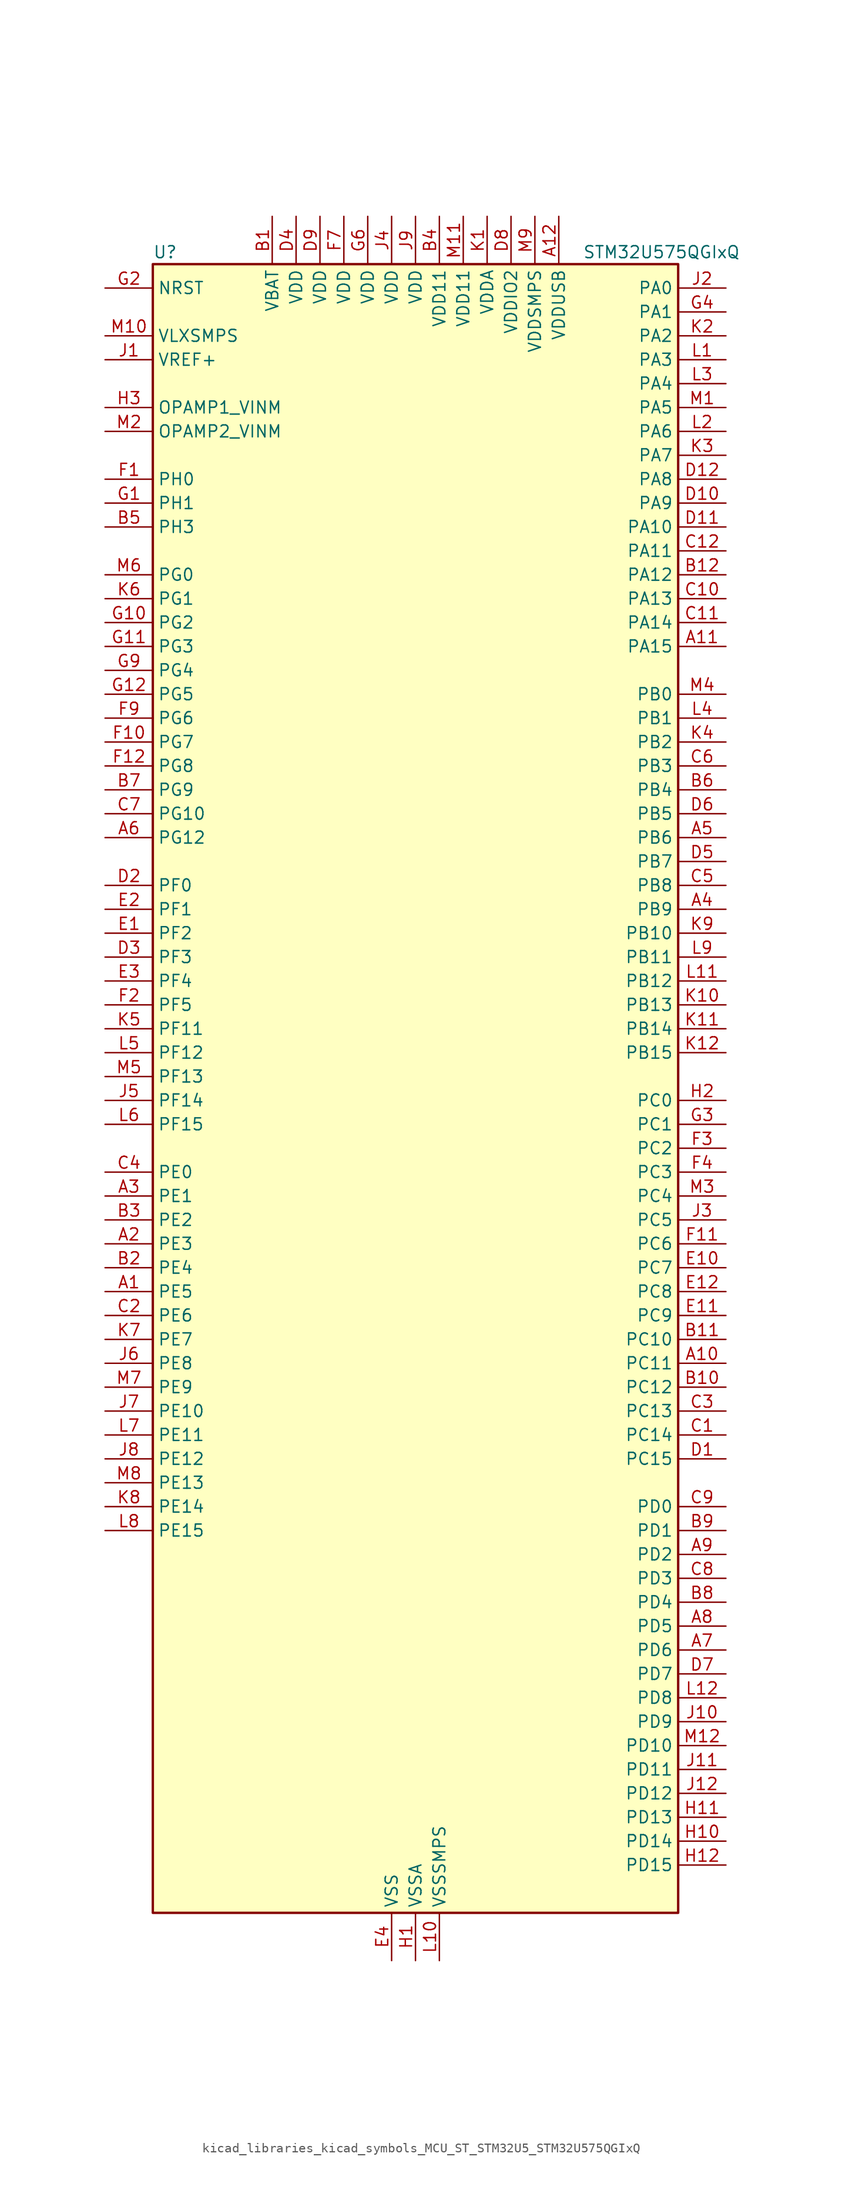
<source format=kicad_sym>
(kicad_symbol_lib
  (version 20220914)
  (generator kicad_symbol_editor)
  (symbol "kicad_libraries_kicad_symbols_MCU_ST_STM32U5_STM32U575QGIxQ"
    (property "Reference" "U"
      (at -27.94 90.17 0)
      (effects (font (size 1.27 1.27)) (justify left)))
    (property "Value" "STM32U575QGIxQ"
      (at 17.78 90.17 0)
      (effects (font (size 1.27 1.27)) (justify left)))
    (property "ki_locked" ""
      (at 0 0 0)
      (effects (font (size 1.27 1.27))))
    (symbol "kicad_libraries_kicad_symbols_MCU_ST_STM32U5_STM32U575QGIxQ_0_1"
      (rectangle (start -27.94 -86.36) (end 27.94 88.9) (stroke (width 0.254) (type default)) (fill (type background))))
    (symbol "kicad_libraries_kicad_symbols_MCU_ST_STM32U5_STM32U575QGIxQ_1_1"
      (pin bidirectional line (at -33.02 -20.32 0) (length 5.08) (name "PE5" (effects (font (size 1.27 1.27)))) (number "A1" (effects (font (size 1.27 1.27)))) (alternate "DCMI_D6" bidirectional line) (alternate "DEBUG_TRACED2" bidirectional line) (alternate "FMC_A21" bidirectional line) (alternate "MDF1_CKI3" bidirectional line) (alternate "PSSI_D6" bidirectional line) (alternate "PWR_WKUP2" bidirectional line) (alternate "SAI1_CK2" bidirectional line) (alternate "SAI1_SCK_A" bidirectional line) (alternate "TAMP_IN8" bidirectional line) (alternate "TAMP_OUT7" bidirectional line) (alternate "TIM3_CH3" bidirectional line) (alternate "TSC_G7_IO4" bidirectional line))
      (pin bidirectional line (at 33.02 -27.94 180) (length 5.08) (name "PC11" (effects (font (size 1.27 1.27)))) (number "A10" (effects (font (size 1.27 1.27)))) (alternate "ADC1_EXTI11" bidirectional line) (alternate "ADF1_SDI0" bidirectional line) (alternate "DCMI_D2" bidirectional line) (alternate "DCMI_D4" bidirectional line) (alternate "LPTIM3_IN1" bidirectional line) (alternate "OCTOSPIM_P1_NCS" bidirectional line) (alternate "PSSI_D2" bidirectional line) (alternate "PSSI_D4" bidirectional line) (alternate "SAI2_MCLK_B" bidirectional line) (alternate "SDMMC1_D3" bidirectional line) (alternate "SPI3_MISO" bidirectional line) (alternate "TSC_G3_IO3" bidirectional line) (alternate "UART4_RX" bidirectional line) (alternate "UCPD1_FRSTX2" bidirectional line) (alternate "USART3_RX" bidirectional line))
      (pin bidirectional line (at 33.02 48.26 180) (length 5.08) (name "PA15" (effects (font (size 1.27 1.27)))) (number "A11" (effects (font (size 1.27 1.27)))) (alternate "ADC1_EXTI15" bidirectional line) (alternate "ADC4_EXTI15" bidirectional line) (alternate "DEBUG_JTDI" bidirectional line) (alternate "SAI2_FS_B" bidirectional line) (alternate "SPI1_NSS" bidirectional line) (alternate "SPI3_NSS" bidirectional line) (alternate "TIM2_CH1" bidirectional line) (alternate "TIM2_ETR" bidirectional line) (alternate "UART4_DE" bidirectional line) (alternate "UART4_RTS" bidirectional line) (alternate "UCPD1_CC1" bidirectional line) (alternate "USART2_RX" bidirectional line) (alternate "USART3_DE" bidirectional line) (alternate "USART3_RTS" bidirectional line))
      (pin power_in line (at 15.24 93.98 270) (length 5.08) (name "VDDUSB" (effects (font (size 1.27 1.27)))) (number "A12" (effects (font (size 1.27 1.27)))))
      (pin bidirectional line (at -33.02 -15.24 0) (length 5.08) (name "PE3" (effects (font (size 1.27 1.27)))) (number "A2" (effects (font (size 1.27 1.27)))) (alternate "DEBUG_TRACED0" bidirectional line) (alternate "FMC_A19" bidirectional line) (alternate "OCTOSPIM_P1_DQS" bidirectional line) (alternate "SAI1_SD_B" bidirectional line) (alternate "TAMP_IN6" bidirectional line) (alternate "TAMP_OUT3" bidirectional line) (alternate "TIM3_CH1" bidirectional line) (alternate "TSC_G7_IO2" bidirectional line))
      (pin bidirectional line (at -33.02 -10.16 0) (length 5.08) (name "PE1" (effects (font (size 1.27 1.27)))) (number "A3" (effects (font (size 1.27 1.27)))) (alternate "DCMI_D3" bidirectional line) (alternate "FMC_NBL1" bidirectional line) (alternate "PSSI_D3" bidirectional line) (alternate "TIM17_CH1" bidirectional line))
      (pin bidirectional line (at 33.02 20.32 180) (length 5.08) (name "PB9" (effects (font (size 1.27 1.27)))) (number "A4" (effects (font (size 1.27 1.27)))) (alternate "DAC1_EXTI9" bidirectional line) (alternate "DCMI_D7" bidirectional line) (alternate "FDCAN1_TX" bidirectional line) (alternate "I2C1_SDA" bidirectional line) (alternate "IR_OUT" bidirectional line) (alternate "PSSI_D7" bidirectional line) (alternate "SAI1_D2" bidirectional line) (alternate "SAI1_FS_A" bidirectional line) (alternate "SDMMC1_CDIR" bidirectional line) (alternate "SDMMC1_D5" bidirectional line) (alternate "SDMMC2_D5" bidirectional line) (alternate "SPI2_NSS" bidirectional line) (alternate "TIM17_CH1" bidirectional line) (alternate "TIM4_CH4" bidirectional line))
      (pin bidirectional line (at 33.02 27.94 180) (length 5.08) (name "PB6" (effects (font (size 1.27 1.27)))) (number "A5" (effects (font (size 1.27 1.27)))) (alternate "COMP2_INP" bidirectional line) (alternate "DCMI_D5" bidirectional line) (alternate "I2C1_SCL" bidirectional line) (alternate "I2C4_SCL" bidirectional line) (alternate "LPTIM1_ETR" bidirectional line) (alternate "MDF1_SDI5" bidirectional line) (alternate "PSSI_D5" bidirectional line) (alternate "PWR_WKUP3" bidirectional line) (alternate "SAI1_FS_B" bidirectional line) (alternate "TIM16_CH1N" bidirectional line) (alternate "TIM4_CH1" bidirectional line) (alternate "TIM8_BKIN2" bidirectional line) (alternate "TSC_G2_IO3" bidirectional line) (alternate "USART1_TX" bidirectional line))
      (pin bidirectional line (at -33.02 27.94 0) (length 5.08) (name "PG12" (effects (font (size 1.27 1.27)))) (number "A6" (effects (font (size 1.27 1.27)))) (alternate "FMC_NE4" bidirectional line) (alternate "LPTIM1_ETR" bidirectional line) (alternate "OCTOSPIM_P2_NCS" bidirectional line) (alternate "SAI2_SD_A" bidirectional line) (alternate "SPI3_NSS" bidirectional line) (alternate "USART1_DE" bidirectional line) (alternate "USART1_RTS" bidirectional line))
      (pin bidirectional line (at 33.02 -58.42 180) (length 5.08) (name "PD6" (effects (font (size 1.27 1.27)))) (number "A7" (effects (font (size 1.27 1.27)))) (alternate "DCMI_D10" bidirectional line) (alternate "FMC_NWAIT" bidirectional line) (alternate "MDF1_SDI1" bidirectional line) (alternate "OCTOSPIM_P1_IO6" bidirectional line) (alternate "PSSI_D10" bidirectional line) (alternate "SAI1_D1" bidirectional line) (alternate "SAI1_SD_A" bidirectional line) (alternate "SDMMC2_CK" bidirectional line) (alternate "SPI3_MOSI" bidirectional line) (alternate "USART2_RX" bidirectional line))
      (pin bidirectional line (at 33.02 -55.88 180) (length 5.08) (name "PD5" (effects (font (size 1.27 1.27)))) (number "A8" (effects (font (size 1.27 1.27)))) (alternate "FMC_NWE" bidirectional line) (alternate "OCTOSPIM_P1_IO5" bidirectional line) (alternate "SPI2_RDY" bidirectional line) (alternate "USART2_TX" bidirectional line))
      (pin bidirectional line (at 33.02 -48.26 180) (length 5.08) (name "PD2" (effects (font (size 1.27 1.27)))) (number "A9" (effects (font (size 1.27 1.27)))) (alternate "DCMI_D11" bidirectional line) (alternate "DEBUG_TRACED2" bidirectional line) (alternate "LPTIM4_ETR" bidirectional line) (alternate "PSSI_D11" bidirectional line) (alternate "SDMMC1_CMD" bidirectional line) (alternate "TIM3_ETR" bidirectional line) (alternate "TSC_SYNC" bidirectional line) (alternate "UART5_RX" bidirectional line) (alternate "USART3_DE" bidirectional line) (alternate "USART3_RTS" bidirectional line))
      (pin power_in line (at -15.24 93.98 270) (length 5.08) (name "VBAT" (effects (font (size 1.27 1.27)))) (number "B1" (effects (font (size 1.27 1.27)))))
      (pin bidirectional line (at 33.02 -30.48 180) (length 5.08) (name "PC12" (effects (font (size 1.27 1.27)))) (number "B10" (effects (font (size 1.27 1.27)))) (alternate "DCMI_D9" bidirectional line) (alternate "DEBUG_TRACED3" bidirectional line) (alternate "PSSI_D9" bidirectional line) (alternate "SAI2_SD_B" bidirectional line) (alternate "SDMMC1_CK" bidirectional line) (alternate "SPI3_MOSI" bidirectional line) (alternate "TSC_G3_IO4" bidirectional line) (alternate "UART5_TX" bidirectional line) (alternate "USART3_CK" bidirectional line))
      (pin bidirectional line (at 33.02 -25.4 180) (length 5.08) (name "PC10" (effects (font (size 1.27 1.27)))) (number "B11" (effects (font (size 1.27 1.27)))) (alternate "ADF1_CCK1" bidirectional line) (alternate "DCMI_D8" bidirectional line) (alternate "DEBUG_TRACED1" bidirectional line) (alternate "LPTIM3_ETR" bidirectional line) (alternate "PSSI_D8" bidirectional line) (alternate "SAI2_SCK_B" bidirectional line) (alternate "SDMMC1_D2" bidirectional line) (alternate "SPI3_SCK" bidirectional line) (alternate "TSC_G3_IO2" bidirectional line) (alternate "UART4_TX" bidirectional line) (alternate "USART3_TX" bidirectional line))
      (pin bidirectional line (at 33.02 55.88 180) (length 5.08) (name "PA12" (effects (font (size 1.27 1.27)))) (number "B12" (effects (font (size 1.27 1.27)))) (alternate "FDCAN1_TX" bidirectional line) (alternate "OCTOSPIM_P2_NCS" bidirectional line) (alternate "SPI1_MOSI" bidirectional line) (alternate "TIM1_ETR" bidirectional line) (alternate "USART1_DE" bidirectional line) (alternate "USART1_RTS" bidirectional line) (alternate "USB_OTG_FS_DP" bidirectional line))
      (pin bidirectional line (at -33.02 -17.78 0) (length 5.08) (name "PE4" (effects (font (size 1.27 1.27)))) (number "B2" (effects (font (size 1.27 1.27)))) (alternate "DCMI_D4" bidirectional line) (alternate "DEBUG_TRACED1" bidirectional line) (alternate "FMC_A20" bidirectional line) (alternate "MDF1_SDI3" bidirectional line) (alternate "PSSI_D4" bidirectional line) (alternate "PWR_WKUP1" bidirectional line) (alternate "SAI1_D2" bidirectional line) (alternate "SAI1_FS_A" bidirectional line) (alternate "TAMP_IN7" bidirectional line) (alternate "TAMP_OUT8" bidirectional line) (alternate "TIM3_CH2" bidirectional line) (alternate "TSC_G7_IO3" bidirectional line))
      (pin bidirectional line (at -33.02 -12.7 0) (length 5.08) (name "PE2" (effects (font (size 1.27 1.27)))) (number "B3" (effects (font (size 1.27 1.27)))) (alternate "DEBUG_TRACECLK" bidirectional line) (alternate "FMC_A23" bidirectional line) (alternate "SAI1_CK1" bidirectional line) (alternate "SAI1_MCLK_A" bidirectional line) (alternate "TIM3_ETR" bidirectional line) (alternate "TSC_G7_IO1" bidirectional line))
      (pin power_in line (at 2.54 93.98 270) (length 5.08) (name "VDD11" (effects (font (size 1.27 1.27)))) (number "B4" (effects (font (size 1.27 1.27)))))
      (pin bidirectional line (at -33.02 60.96 0) (length 5.08) (name "PH3" (effects (font (size 1.27 1.27)))) (number "B5" (effects (font (size 1.27 1.27)))))
      (pin bidirectional line (at 33.02 33.02 180) (length 5.08) (name "PB4" (effects (font (size 1.27 1.27)))) (number "B6" (effects (font (size 1.27 1.27)))) (alternate "ADF1_SDI0" bidirectional line) (alternate "COMP2_INP" bidirectional line) (alternate "DCMI_D12" bidirectional line) (alternate "DEBUG_JTRST" bidirectional line) (alternate "I2C3_SDA" bidirectional line) (alternate "LPTIM1_CH2" bidirectional line) (alternate "PSSI_D12" bidirectional line) (alternate "SAI1_MCLK_B" bidirectional line) (alternate "SDMMC2_D3" bidirectional line) (alternate "SPI1_MISO" bidirectional line) (alternate "SPI3_MISO" bidirectional line) (alternate "TIM17_BKIN" bidirectional line) (alternate "TIM3_CH1" bidirectional line) (alternate "TSC_G2_IO1" bidirectional line) (alternate "UART5_DE" bidirectional line) (alternate "UART5_RTS" bidirectional line) (alternate "USART1_CTS" bidirectional line))
      (pin bidirectional line (at -33.02 33.02 0) (length 5.08) (name "PG9" (effects (font (size 1.27 1.27)))) (number "B7" (effects (font (size 1.27 1.27)))) (alternate "DAC1_EXTI9" bidirectional line) (alternate "FMC_NCE" bidirectional line) (alternate "FMC_NE2" bidirectional line) (alternate "OCTOSPIM_P2_IO6" bidirectional line) (alternate "SAI2_SCK_A" bidirectional line) (alternate "SPI3_SCK" bidirectional line) (alternate "TIM15_CH1N" bidirectional line) (alternate "USART1_TX" bidirectional line))
      (pin bidirectional line (at 33.02 -53.34 180) (length 5.08) (name "PD4" (effects (font (size 1.27 1.27)))) (number "B8" (effects (font (size 1.27 1.27)))) (alternate "FMC_NOE" bidirectional line) (alternate "MDF1_CKI0" bidirectional line) (alternate "OCTOSPIM_P1_IO4" bidirectional line) (alternate "SPI2_MOSI" bidirectional line) (alternate "USART2_DE" bidirectional line) (alternate "USART2_RTS" bidirectional line))
      (pin bidirectional line (at 33.02 -45.72 180) (length 5.08) (name "PD1" (effects (font (size 1.27 1.27)))) (number "B9" (effects (font (size 1.27 1.27)))) (alternate "FDCAN1_TX" bidirectional line) (alternate "FMC_D3" bidirectional line) (alternate "FMC_DA3" bidirectional line) (alternate "SPI2_SCK" bidirectional line))
      (pin bidirectional line (at 33.02 -35.56 180) (length 5.08) (name "PC14" (effects (font (size 1.27 1.27)))) (number "C1" (effects (font (size 1.27 1.27)))) (alternate "RCC_OSC32_IN" bidirectional line))
      (pin bidirectional line (at 33.02 53.34 180) (length 5.08) (name "PA13" (effects (font (size 1.27 1.27)))) (number "C10" (effects (font (size 1.27 1.27)))) (alternate "DEBUG_JTMS-SWDIO" bidirectional line) (alternate "IR_OUT" bidirectional line) (alternate "SAI1_SD_B" bidirectional line) (alternate "USB_OTG_FS_NOE" bidirectional line))
      (pin bidirectional line (at 33.02 50.8 180) (length 5.08) (name "PA14" (effects (font (size 1.27 1.27)))) (number "C11" (effects (font (size 1.27 1.27)))) (alternate "DEBUG_JTCK-SWCLK" bidirectional line) (alternate "I2C1_SMBA" bidirectional line) (alternate "I2C4_SMBA" bidirectional line) (alternate "LPTIM1_CH1" bidirectional line) (alternate "SAI1_FS_B" bidirectional line) (alternate "USB_OTG_FS_SOF" bidirectional line))
      (pin bidirectional line (at 33.02 58.42 180) (length 5.08) (name "PA11" (effects (font (size 1.27 1.27)))) (number "C12" (effects (font (size 1.27 1.27)))) (alternate "ADC1_EXTI11" bidirectional line) (alternate "FDCAN1_RX" bidirectional line) (alternate "SPI1_MISO" bidirectional line) (alternate "TIM1_BKIN2" bidirectional line) (alternate "TIM1_CH4" bidirectional line) (alternate "USART1_CTS" bidirectional line) (alternate "USB_OTG_FS_DM" bidirectional line))
      (pin bidirectional line (at -33.02 -22.86 0) (length 5.08) (name "PE6" (effects (font (size 1.27 1.27)))) (number "C2" (effects (font (size 1.27 1.27)))) (alternate "DCMI_D7" bidirectional line) (alternate "DEBUG_TRACED3" bidirectional line) (alternate "FMC_A22" bidirectional line) (alternate "PSSI_D7" bidirectional line) (alternate "PWR_WKUP3" bidirectional line) (alternate "SAI1_D1" bidirectional line) (alternate "SAI1_SD_A" bidirectional line) (alternate "TAMP_IN3" bidirectional line) (alternate "TAMP_OUT6" bidirectional line) (alternate "TIM3_CH4" bidirectional line))
      (pin bidirectional line (at 33.02 -33.02 180) (length 5.08) (name "PC13" (effects (font (size 1.27 1.27)))) (number "C3" (effects (font (size 1.27 1.27)))) (alternate "PWR_WKUP2" bidirectional line) (alternate "RTC_OUT1" bidirectional line) (alternate "RTC_TS" bidirectional line) (alternate "TAMP_IN1" bidirectional line) (alternate "TAMP_OUT2" bidirectional line))
      (pin bidirectional line (at -33.02 -7.62 0) (length 5.08) (name "PE0" (effects (font (size 1.27 1.27)))) (number "C4" (effects (font (size 1.27 1.27)))) (alternate "DCMI_D2" bidirectional line) (alternate "FMC_NBL0" bidirectional line) (alternate "PSSI_D2" bidirectional line) (alternate "TIM16_CH1" bidirectional line) (alternate "TIM4_ETR" bidirectional line))
      (pin bidirectional line (at 33.02 22.86 180) (length 5.08) (name "PB8" (effects (font (size 1.27 1.27)))) (number "C5" (effects (font (size 1.27 1.27)))) (alternate "DCMI_D6" bidirectional line) (alternate "FDCAN1_RX" bidirectional line) (alternate "I2C1_SCL" bidirectional line) (alternate "MDF1_CCK0" bidirectional line) (alternate "PSSI_D6" bidirectional line) (alternate "PWR_WKUP5" bidirectional line) (alternate "SAI1_CK1" bidirectional line) (alternate "SAI1_MCLK_A" bidirectional line) (alternate "SDMMC1_CKIN" bidirectional line) (alternate "SDMMC1_D4" bidirectional line) (alternate "SDMMC2_D4" bidirectional line) (alternate "SPI3_RDY" bidirectional line) (alternate "TIM16_CH1" bidirectional line) (alternate "TIM4_CH3" bidirectional line))
      (pin bidirectional line (at 33.02 35.56 180) (length 5.08) (name "PB3" (effects (font (size 1.27 1.27)))) (number "C6" (effects (font (size 1.27 1.27)))) (alternate "ADF1_CCK0" bidirectional line) (alternate "COMP2_INM" bidirectional line) (alternate "CRS_SYNC" bidirectional line) (alternate "DEBUG_JTDO-SWO" bidirectional line) (alternate "I2C1_SDA" bidirectional line) (alternate "LPTIM1_CH1" bidirectional line) (alternate "SAI1_SCK_B" bidirectional line) (alternate "SDMMC2_D2" bidirectional line) (alternate "SPI1_SCK" bidirectional line) (alternate "SPI3_SCK" bidirectional line) (alternate "TIM2_CH2" bidirectional line) (alternate "USART1_DE" bidirectional line) (alternate "USART1_RTS" bidirectional line))
      (pin bidirectional line (at -33.02 30.48 0) (length 5.08) (name "PG10" (effects (font (size 1.27 1.27)))) (number "C7" (effects (font (size 1.27 1.27)))) (alternate "FMC_NE3" bidirectional line) (alternate "LPTIM1_IN1" bidirectional line) (alternate "OCTOSPIM_P2_IO7" bidirectional line) (alternate "SAI2_FS_A" bidirectional line) (alternate "SPI3_MISO" bidirectional line) (alternate "TIM15_CH1" bidirectional line) (alternate "USART1_RX" bidirectional line))
      (pin bidirectional line (at 33.02 -50.8 180) (length 5.08) (name "PD3" (effects (font (size 1.27 1.27)))) (number "C8" (effects (font (size 1.27 1.27)))) (alternate "DCMI_D5" bidirectional line) (alternate "FMC_CLK" bidirectional line) (alternate "MDF1_SDI0" bidirectional line) (alternate "OCTOSPIM_P2_NCS" bidirectional line) (alternate "PSSI_D5" bidirectional line) (alternate "SPI2_MISO" bidirectional line) (alternate "SPI2_SCK" bidirectional line) (alternate "USART2_CTS" bidirectional line))
      (pin bidirectional line (at 33.02 -43.18 180) (length 5.08) (name "PD0" (effects (font (size 1.27 1.27)))) (number "C9" (effects (font (size 1.27 1.27)))) (alternate "FDCAN1_RX" bidirectional line) (alternate "FMC_D2" bidirectional line) (alternate "FMC_DA2" bidirectional line) (alternate "SPI2_NSS" bidirectional line) (alternate "TIM8_CH4N" bidirectional line))
      (pin bidirectional line (at 33.02 -38.1 180) (length 5.08) (name "PC15" (effects (font (size 1.27 1.27)))) (number "D1" (effects (font (size 1.27 1.27)))) (alternate "ADC1_EXTI15" bidirectional line) (alternate "ADC4_EXTI15" bidirectional line) (alternate "RCC_OSC32_OUT" bidirectional line))
      (pin bidirectional line (at 33.02 63.5 180) (length 5.08) (name "PA9" (effects (font (size 1.27 1.27)))) (number "D10" (effects (font (size 1.27 1.27)))) (alternate "DAC1_EXTI9" bidirectional line) (alternate "DCMI_D0" bidirectional line) (alternate "PSSI_D0" bidirectional line) (alternate "SAI1_FS_A" bidirectional line) (alternate "SPI2_SCK" bidirectional line) (alternate "TIM15_BKIN" bidirectional line) (alternate "TIM1_CH2" bidirectional line) (alternate "USART1_TX" bidirectional line) (alternate "USB_OTG_FS_VBUS" bidirectional line))
      (pin bidirectional line (at 33.02 60.96 180) (length 5.08) (name "PA10" (effects (font (size 1.27 1.27)))) (number "D11" (effects (font (size 1.27 1.27)))) (alternate "CRS_SYNC" bidirectional line) (alternate "DCMI_D1" bidirectional line) (alternate "LPTIM2_IN2" bidirectional line) (alternate "PSSI_D1" bidirectional line) (alternate "SAI1_D1" bidirectional line) (alternate "SAI1_SD_A" bidirectional line) (alternate "TIM17_BKIN" bidirectional line) (alternate "TIM1_CH3" bidirectional line) (alternate "USART1_RX" bidirectional line) (alternate "USB_OTG_FS_ID" bidirectional line))
      (pin bidirectional line (at 33.02 66.04 180) (length 5.08) (name "PA8" (effects (font (size 1.27 1.27)))) (number "D12" (effects (font (size 1.27 1.27)))) (alternate "DEBUG_TRACECLK" bidirectional line) (alternate "LPTIM2_CH1" bidirectional line) (alternate "RCC_MCO" bidirectional line) (alternate "SAI1_CK2" bidirectional line) (alternate "SAI1_SCK_A" bidirectional line) (alternate "SPI1_RDY" bidirectional line) (alternate "TIM1_CH1" bidirectional line) (alternate "USART1_CK" bidirectional line) (alternate "USB_OTG_FS_SOF" bidirectional line))
      (pin bidirectional line (at -33.02 22.86 0) (length 5.08) (name "PF0" (effects (font (size 1.27 1.27)))) (number "D2" (effects (font (size 1.27 1.27)))) (alternate "FMC_A0" bidirectional line) (alternate "I2C2_SDA" bidirectional line) (alternate "OCTOSPIM_P2_IO0" bidirectional line))
      (pin bidirectional line (at -33.02 15.24 0) (length 5.08) (name "PF3" (effects (font (size 1.27 1.27)))) (number "D3" (effects (font (size 1.27 1.27)))) (alternate "FMC_A3" bidirectional line) (alternate "LPTIM3_IN1" bidirectional line) (alternate "OCTOSPIM_P2_IO3" bidirectional line))
      (pin power_in line (at -12.7 93.98 270) (length 5.08) (name "VDD" (effects (font (size 1.27 1.27)))) (number "D4" (effects (font (size 1.27 1.27)))))
      (pin bidirectional line (at 33.02 25.4 180) (length 5.08) (name "PB7" (effects (font (size 1.27 1.27)))) (number "D5" (effects (font (size 1.27 1.27)))) (alternate "COMP2_INM" bidirectional line) (alternate "DCMI_VSYNC" bidirectional line) (alternate "FMC_NL" bidirectional line) (alternate "I2C1_SDA" bidirectional line) (alternate "I2C4_SDA" bidirectional line) (alternate "LPTIM1_IN2" bidirectional line) (alternate "MDF1_CKI5" bidirectional line) (alternate "PSSI_RDY" bidirectional line) (alternate "PWR_PVD_IN" bidirectional line) (alternate "PWR_WKUP4" bidirectional line) (alternate "TIM17_CH1N" bidirectional line) (alternate "TIM4_CH2" bidirectional line) (alternate "TIM8_BKIN" bidirectional line) (alternate "TSC_G2_IO4" bidirectional line) (alternate "UART4_CTS" bidirectional line) (alternate "USART1_RX" bidirectional line))
      (pin bidirectional line (at 33.02 30.48 180) (length 5.08) (name "PB5" (effects (font (size 1.27 1.27)))) (number "D6" (effects (font (size 1.27 1.27)))) (alternate "COMP2_OUT" bidirectional line) (alternate "DCMI_D10" bidirectional line) (alternate "I2C1_SMBA" bidirectional line) (alternate "LPTIM1_IN1" bidirectional line) (alternate "OCTOSPIM_P1_NCLK" bidirectional line) (alternate "PSSI_D10" bidirectional line) (alternate "PWR_WKUP6" bidirectional line) (alternate "SAI1_SD_B" bidirectional line) (alternate "SPI1_MOSI" bidirectional line) (alternate "SPI3_MOSI" bidirectional line) (alternate "TIM16_BKIN" bidirectional line) (alternate "TIM3_CH2" bidirectional line) (alternate "TSC_G2_IO2" bidirectional line) (alternate "UART5_CTS" bidirectional line) (alternate "UCPD1_DBCC1" bidirectional line) (alternate "USART1_CK" bidirectional line))
      (pin bidirectional line (at 33.02 -60.96 180) (length 5.08) (name "PD7" (effects (font (size 1.27 1.27)))) (number "D7" (effects (font (size 1.27 1.27)))) (alternate "FMC_NCE" bidirectional line) (alternate "FMC_NE1" bidirectional line) (alternate "LPTIM4_OUT" bidirectional line) (alternate "MDF1_CKI1" bidirectional line) (alternate "OCTOSPIM_P1_IO7" bidirectional line) (alternate "SDMMC2_CMD" bidirectional line) (alternate "USART2_CK" bidirectional line))
      (pin power_in line (at 10.16 93.98 270) (length 5.08) (name "VDDIO2" (effects (font (size 1.27 1.27)))) (number "D8" (effects (font (size 1.27 1.27)))))
      (pin power_in line (at -10.16 93.98 270) (length 5.08) (name "VDD" (effects (font (size 1.27 1.27)))) (number "D9" (effects (font (size 1.27 1.27)))))
      (pin bidirectional line (at -33.02 17.78 0) (length 5.08) (name "PF2" (effects (font (size 1.27 1.27)))) (number "E1" (effects (font (size 1.27 1.27)))) (alternate "FMC_A2" bidirectional line) (alternate "I2C2_SMBA" bidirectional line) (alternate "LPTIM3_CH2" bidirectional line) (alternate "OCTOSPIM_P2_IO2" bidirectional line) (alternate "PWR_WKUP8" bidirectional line))
      (pin bidirectional line (at 33.02 -17.78 180) (length 5.08) (name "PC7" (effects (font (size 1.27 1.27)))) (number "E10" (effects (font (size 1.27 1.27)))) (alternate "DCMI_D1" bidirectional line) (alternate "LPTIM2_CH2" bidirectional line) (alternate "MDF1_SDI3" bidirectional line) (alternate "PSSI_D1" bidirectional line) (alternate "PWR_CDSTOP" bidirectional line) (alternate "SAI2_MCLK_B" bidirectional line) (alternate "SDMMC1_D123DIR" bidirectional line) (alternate "SDMMC1_D7" bidirectional line) (alternate "SDMMC2_D7" bidirectional line) (alternate "TIM3_CH2" bidirectional line) (alternate "TIM8_CH2" bidirectional line) (alternate "TSC_G4_IO2" bidirectional line))
      (pin bidirectional line (at 33.02 -22.86 180) (length 5.08) (name "PC9" (effects (font (size 1.27 1.27)))) (number "E11" (effects (font (size 1.27 1.27)))) (alternate "DAC1_EXTI9" bidirectional line) (alternate "DCMI_D3" bidirectional line) (alternate "DEBUG_TRACED0" bidirectional line) (alternate "LPTIM3_CH2" bidirectional line) (alternate "PSSI_D3" bidirectional line) (alternate "SDMMC1_D1" bidirectional line) (alternate "TIM3_CH4" bidirectional line) (alternate "TIM8_BKIN2" bidirectional line) (alternate "TIM8_CH4" bidirectional line) (alternate "TSC_G4_IO4" bidirectional line) (alternate "USB_OTG_FS_NOE" bidirectional line))
      (pin bidirectional line (at 33.02 -20.32 180) (length 5.08) (name "PC8" (effects (font (size 1.27 1.27)))) (number "E12" (effects (font (size 1.27 1.27)))) (alternate "DCMI_D2" bidirectional line) (alternate "LPTIM3_CH1" bidirectional line) (alternate "PSSI_D2" bidirectional line) (alternate "PWR_SRDSTOP" bidirectional line) (alternate "SDMMC1_D0" bidirectional line) (alternate "TIM3_CH3" bidirectional line) (alternate "TIM8_CH3" bidirectional line) (alternate "TSC_G4_IO3" bidirectional line))
      (pin bidirectional line (at -33.02 20.32 0) (length 5.08) (name "PF1" (effects (font (size 1.27 1.27)))) (number "E2" (effects (font (size 1.27 1.27)))) (alternate "FMC_A1" bidirectional line) (alternate "I2C2_SCL" bidirectional line) (alternate "OCTOSPIM_P2_IO1" bidirectional line))
      (pin bidirectional line (at -33.02 12.7 0) (length 5.08) (name "PF4" (effects (font (size 1.27 1.27)))) (number "E3" (effects (font (size 1.27 1.27)))) (alternate "FMC_A4" bidirectional line) (alternate "LPTIM3_ETR" bidirectional line) (alternate "OCTOSPIM_P2_CLK" bidirectional line))
      (pin power_in line (at -2.54 -91.44 90) (length 5.08) (name "VSS" (effects (font (size 1.27 1.27)))) (number "E4" (effects (font (size 1.27 1.27)))))
      (pin passive line (at -2.54 -91.44 90) (length 5.08) hide (name "VSS" (effects (font (size 1.27 1.27)))) (number "E9" (effects (font (size 1.27 1.27)))))
      (pin bidirectional line (at -33.02 66.04 0) (length 5.08) (name "PH0" (effects (font (size 1.27 1.27)))) (number "F1" (effects (font (size 1.27 1.27)))) (alternate "RCC_OSC_IN" bidirectional line))
      (pin bidirectional line (at -33.02 38.1 0) (length 5.08) (name "PG7" (effects (font (size 1.27 1.27)))) (number "F10" (effects (font (size 1.27 1.27)))) (alternate "FMC_INT" bidirectional line) (alternate "I2C3_SCL" bidirectional line) (alternate "LPUART1_TX" bidirectional line) (alternate "MDF1_CCK0" bidirectional line) (alternate "OCTOSPIM_P2_DQS" bidirectional line) (alternate "SAI1_CK1" bidirectional line) (alternate "SAI1_MCLK_A" bidirectional line) (alternate "UCPD1_FRSTX2" bidirectional line))
      (pin bidirectional line (at 33.02 -15.24 180) (length 5.08) (name "PC6" (effects (font (size 1.27 1.27)))) (number "F11" (effects (font (size 1.27 1.27)))) (alternate "DCMI_D0" bidirectional line) (alternate "MDF1_CKI3" bidirectional line) (alternate "PSSI_D0" bidirectional line) (alternate "PWR_CSLEEP" bidirectional line) (alternate "SAI2_MCLK_A" bidirectional line) (alternate "SDMMC1_D0DIR" bidirectional line) (alternate "SDMMC1_D6" bidirectional line) (alternate "SDMMC2_D6" bidirectional line) (alternate "TIM3_CH1" bidirectional line) (alternate "TIM8_CH1" bidirectional line) (alternate "TSC_G4_IO1" bidirectional line))
      (pin bidirectional line (at -33.02 35.56 0) (length 5.08) (name "PG8" (effects (font (size 1.27 1.27)))) (number "F12" (effects (font (size 1.27 1.27)))) (alternate "I2C3_SDA" bidirectional line) (alternate "LPUART1_RX" bidirectional line))
      (pin bidirectional line (at -33.02 10.16 0) (length 5.08) (name "PF5" (effects (font (size 1.27 1.27)))) (number "F2" (effects (font (size 1.27 1.27)))) (alternate "FMC_A5" bidirectional line) (alternate "LPTIM3_CH1" bidirectional line) (alternate "OCTOSPIM_P2_NCLK" bidirectional line))
      (pin bidirectional line (at 33.02 -5.08 180) (length 5.08) (name "PC2" (effects (font (size 1.27 1.27)))) (number "F3" (effects (font (size 1.27 1.27)))) (alternate "ADC1_IN3" bidirectional line) (alternate "ADC4_IN3" bidirectional line) (alternate "LPTIM1_IN2" bidirectional line) (alternate "MDF1_CCK1" bidirectional line) (alternate "OCTOSPIM_P1_IO5" bidirectional line) (alternate "SPI2_MISO" bidirectional line))
      (pin bidirectional line (at 33.02 -7.62 180) (length 5.08) (name "PC3" (effects (font (size 1.27 1.27)))) (number "F4" (effects (font (size 1.27 1.27)))) (alternate "ADC1_IN4" bidirectional line) (alternate "ADC4_IN4" bidirectional line) (alternate "LPTIM1_ETR" bidirectional line) (alternate "LPTIM2_ETR" bidirectional line) (alternate "LPTIM3_CH1" bidirectional line) (alternate "OCTOSPIM_P1_IO6" bidirectional line) (alternate "SAI1_D1" bidirectional line) (alternate "SAI1_SD_A" bidirectional line) (alternate "SPI2_MOSI" bidirectional line))
      (pin passive line (at -2.54 -91.44 90) (length 5.08) hide (name "VSS" (effects (font (size 1.27 1.27)))) (number "F6" (effects (font (size 1.27 1.27)))))
      (pin power_in line (at -7.62 93.98 270) (length 5.08) (name "VDD" (effects (font (size 1.27 1.27)))) (number "F7" (effects (font (size 1.27 1.27)))))
      (pin bidirectional line (at -33.02 40.64 0) (length 5.08) (name "PG6" (effects (font (size 1.27 1.27)))) (number "F9" (effects (font (size 1.27 1.27)))) (alternate "I2C3_SMBA" bidirectional line) (alternate "LPUART1_DE" bidirectional line) (alternate "LPUART1_RTS" bidirectional line) (alternate "OCTOSPIM_P1_DQS" bidirectional line) (alternate "SPI1_RDY" bidirectional line) (alternate "UCPD1_FRSTX1" bidirectional line))
      (pin bidirectional line (at -33.02 63.5 0) (length 5.08) (name "PH1" (effects (font (size 1.27 1.27)))) (number "G1" (effects (font (size 1.27 1.27)))) (alternate "RCC_OSC_OUT" bidirectional line))
      (pin bidirectional line (at -33.02 50.8 0) (length 5.08) (name "PG2" (effects (font (size 1.27 1.27)))) (number "G10" (effects (font (size 1.27 1.27)))) (alternate "FMC_A12" bidirectional line) (alternate "SAI2_SCK_B" bidirectional line) (alternate "SPI1_SCK" bidirectional line))
      (pin bidirectional line (at -33.02 48.26 0) (length 5.08) (name "PG3" (effects (font (size 1.27 1.27)))) (number "G11" (effects (font (size 1.27 1.27)))) (alternate "FMC_A13" bidirectional line) (alternate "SAI2_FS_B" bidirectional line) (alternate "SPI1_MISO" bidirectional line))
      (pin bidirectional line (at -33.02 43.18 0) (length 5.08) (name "PG5" (effects (font (size 1.27 1.27)))) (number "G12" (effects (font (size 1.27 1.27)))) (alternate "FMC_A15" bidirectional line) (alternate "LPUART1_CTS" bidirectional line) (alternate "SAI2_SD_B" bidirectional line) (alternate "SPI1_NSS" bidirectional line))
      (pin input line (at -33.02 86.36 0) (length 5.08) (name "NRST" (effects (font (size 1.27 1.27)))) (number "G2" (effects (font (size 1.27 1.27)))))
      (pin bidirectional line (at 33.02 -2.54 180) (length 5.08) (name "PC1" (effects (font (size 1.27 1.27)))) (number "G3" (effects (font (size 1.27 1.27)))) (alternate "ADC1_IN2" bidirectional line) (alternate "ADC4_IN2" bidirectional line) (alternate "DEBUG_TRACED0" bidirectional line) (alternate "I2C3_SDA" bidirectional line) (alternate "LPTIM1_CH1" bidirectional line) (alternate "LPUART1_TX" bidirectional line) (alternate "MDF1_CKI4" bidirectional line) (alternate "OCTOSPIM_P1_IO4" bidirectional line) (alternate "SAI1_SD_A" bidirectional line) (alternate "SDMMC2_CK" bidirectional line) (alternate "SPI2_MOSI" bidirectional line))
      (pin bidirectional line (at 33.02 83.82 180) (length 5.08) (name "PA1" (effects (font (size 1.27 1.27)))) (number "G4" (effects (font (size 1.27 1.27)))) (alternate "ADC1_IN6" bidirectional line) (alternate "I2C1_SMBA" bidirectional line) (alternate "LPTIM1_CH2" bidirectional line) (alternate "OCTOSPIM_P1_DQS" bidirectional line) (alternate "OPAMP1_VINM" bidirectional line) (alternate "PWR_WKUP3" bidirectional line) (alternate "SPI1_SCK" bidirectional line) (alternate "TAMP_IN5" bidirectional line) (alternate "TAMP_OUT4" bidirectional line) (alternate "TIM15_CH1N" bidirectional line) (alternate "TIM2_CH2" bidirectional line) (alternate "TIM5_CH2" bidirectional line) (alternate "UART4_RX" bidirectional line) (alternate "USART2_DE" bidirectional line) (alternate "USART2_RTS" bidirectional line))
      (pin power_in line (at -5.08 93.98 270) (length 5.08) (name "VDD" (effects (font (size 1.27 1.27)))) (number "G6" (effects (font (size 1.27 1.27)))))
      (pin passive line (at -2.54 -91.44 90) (length 5.08) hide (name "VSS" (effects (font (size 1.27 1.27)))) (number "G7" (effects (font (size 1.27 1.27)))))
      (pin bidirectional line (at -33.02 45.72 0) (length 5.08) (name "PG4" (effects (font (size 1.27 1.27)))) (number "G9" (effects (font (size 1.27 1.27)))) (alternate "FMC_A14" bidirectional line) (alternate "SAI2_MCLK_B" bidirectional line) (alternate "SPI1_MOSI" bidirectional line))
      (pin power_in line (at 0 -91.44 90) (length 5.08) (name "VSSA" (effects (font (size 1.27 1.27)))) (number "H1" (effects (font (size 1.27 1.27)))))
      (pin bidirectional line (at 33.02 -78.74 180) (length 5.08) (name "PD14" (effects (font (size 1.27 1.27)))) (number "H10" (effects (font (size 1.27 1.27)))) (alternate "FMC_D0" bidirectional line) (alternate "FMC_DA0" bidirectional line) (alternate "LPTIM3_CH1" bidirectional line) (alternate "TIM4_CH3" bidirectional line))
      (pin bidirectional line (at 33.02 -76.2 180) (length 5.08) (name "PD13" (effects (font (size 1.27 1.27)))) (number "H11" (effects (font (size 1.27 1.27)))) (alternate "ADC4_IN17" bidirectional line) (alternate "FMC_A18" bidirectional line) (alternate "I2C4_SDA" bidirectional line) (alternate "LPTIM2_CH1" bidirectional line) (alternate "LPTIM4_IN1" bidirectional line) (alternate "TIM4_CH2" bidirectional line) (alternate "TSC_G6_IO4" bidirectional line))
      (pin bidirectional line (at 33.02 -81.28 180) (length 5.08) (name "PD15" (effects (font (size 1.27 1.27)))) (number "H12" (effects (font (size 1.27 1.27)))) (alternate "ADC1_EXTI15" bidirectional line) (alternate "ADC4_EXTI15" bidirectional line) (alternate "FMC_D1" bidirectional line) (alternate "FMC_DA1" bidirectional line) (alternate "LPTIM3_CH2" bidirectional line) (alternate "TIM4_CH4" bidirectional line))
      (pin bidirectional line (at 33.02 0 180) (length 5.08) (name "PC0" (effects (font (size 1.27 1.27)))) (number "H2" (effects (font (size 1.27 1.27)))) (alternate "ADC1_IN1" bidirectional line) (alternate "ADC4_IN1" bidirectional line) (alternate "I2C3_SCL" bidirectional line) (alternate "LPTIM1_IN1" bidirectional line) (alternate "LPTIM2_IN1" bidirectional line) (alternate "LPUART1_RX" bidirectional line) (alternate "MDF1_SDI4" bidirectional line) (alternate "OCTOSPIM_P1_IO7" bidirectional line) (alternate "SAI2_FS_A" bidirectional line) (alternate "SDMMC1_D5" bidirectional line) (alternate "SPI2_RDY" bidirectional line))
      (pin bidirectional line (at -33.02 73.66 0) (length 5.08) (name "OPAMP1_VINM" (effects (font (size 1.27 1.27)))) (number "H3" (effects (font (size 1.27 1.27)))) (alternate "OPAMP1_VINM" bidirectional line))
      (pin passive line (at -2.54 -91.44 90) (length 5.08) hide (name "VSS" (effects (font (size 1.27 1.27)))) (number "H4" (effects (font (size 1.27 1.27)))))
      (pin passive line (at -2.54 -91.44 90) (length 5.08) hide (name "VSS" (effects (font (size 1.27 1.27)))) (number "H9" (effects (font (size 1.27 1.27)))))
      (pin input line (at -33.02 78.74 0) (length 5.08) (name "VREF+" (effects (font (size 1.27 1.27)))) (number "J1" (effects (font (size 1.27 1.27)))) (alternate "VREFBUF_OUT" bidirectional line))
      (pin bidirectional line (at 33.02 -66.04 180) (length 5.08) (name "PD9" (effects (font (size 1.27 1.27)))) (number "J10" (effects (font (size 1.27 1.27)))) (alternate "DAC1_EXTI9" bidirectional line) (alternate "DCMI_PIXCLK" bidirectional line) (alternate "FMC_D14" bidirectional line) (alternate "FMC_DA14" bidirectional line) (alternate "LPTIM2_IN2" bidirectional line) (alternate "LPTIM3_IN1" bidirectional line) (alternate "PSSI_PDCK" bidirectional line) (alternate "SAI2_MCLK_A" bidirectional line) (alternate "USART3_RX" bidirectional line))
      (pin bidirectional line (at 33.02 -71.12 180) (length 5.08) (name "PD11" (effects (font (size 1.27 1.27)))) (number "J11" (effects (font (size 1.27 1.27)))) (alternate "ADC1_EXTI11" bidirectional line) (alternate "ADC4_IN15" bidirectional line) (alternate "FMC_A16" bidirectional line) (alternate "FMC_CLE" bidirectional line) (alternate "I2C4_SMBA" bidirectional line) (alternate "LPTIM2_ETR" bidirectional line) (alternate "SAI2_SD_A" bidirectional line) (alternate "TSC_G6_IO2" bidirectional line) (alternate "USART3_CTS" bidirectional line))
      (pin bidirectional line (at 33.02 -73.66 180) (length 5.08) (name "PD12" (effects (font (size 1.27 1.27)))) (number "J12" (effects (font (size 1.27 1.27)))) (alternate "ADC4_IN16" bidirectional line) (alternate "FMC_A17" bidirectional line) (alternate "FMC_ALE" bidirectional line) (alternate "I2C4_SCL" bidirectional line) (alternate "LPTIM2_IN1" bidirectional line) (alternate "SAI2_FS_A" bidirectional line) (alternate "TIM4_CH1" bidirectional line) (alternate "TSC_G6_IO3" bidirectional line) (alternate "USART3_DE" bidirectional line) (alternate "USART3_RTS" bidirectional line))
      (pin bidirectional line (at 33.02 86.36 180) (length 5.08) (name "PA0" (effects (font (size 1.27 1.27)))) (number "J2" (effects (font (size 1.27 1.27)))) (alternate "ADC1_IN5" bidirectional line) (alternate "AUDIOCLK" bidirectional line) (alternate "OCTOSPIM_P2_NCS" bidirectional line) (alternate "OPAMP1_VINP" bidirectional line) (alternate "PWR_WKUP1" bidirectional line) (alternate "SDMMC2_CMD" bidirectional line) (alternate "SPI3_RDY" bidirectional line) (alternate "TAMP_IN2" bidirectional line) (alternate "TAMP_OUT1" bidirectional line) (alternate "TIM2_CH1" bidirectional line) (alternate "TIM2_ETR" bidirectional line) (alternate "TIM5_CH1" bidirectional line) (alternate "TIM8_ETR" bidirectional line) (alternate "UART4_TX" bidirectional line) (alternate "USART2_CTS" bidirectional line))
      (pin bidirectional line (at 33.02 -12.7 180) (length 5.08) (name "PC5" (effects (font (size 1.27 1.27)))) (number "J3" (effects (font (size 1.27 1.27)))) (alternate "ADC1_IN14" bidirectional line) (alternate "ADC4_IN23" bidirectional line) (alternate "COMP1_INP" bidirectional line) (alternate "PSSI_D15" bidirectional line) (alternate "PWR_WKUP5" bidirectional line) (alternate "SAI1_D3" bidirectional line) (alternate "TAMP_IN4" bidirectional line) (alternate "TAMP_OUT5" bidirectional line) (alternate "TIM1_CH4N" bidirectional line) (alternate "USART3_RX" bidirectional line))
      (pin power_in line (at -2.54 93.98 270) (length 5.08) (name "VDD" (effects (font (size 1.27 1.27)))) (number "J4" (effects (font (size 1.27 1.27)))))
      (pin bidirectional line (at -33.02 0 0) (length 5.08) (name "PF14" (effects (font (size 1.27 1.27)))) (number "J5" (effects (font (size 1.27 1.27)))) (alternate "ADC4_IN5" bidirectional line) (alternate "FMC_A8" bidirectional line) (alternate "I2C4_SCL" bidirectional line) (alternate "TSC_G8_IO1" bidirectional line))
      (pin bidirectional line (at -33.02 -27.94 0) (length 5.08) (name "PE8" (effects (font (size 1.27 1.27)))) (number "J6" (effects (font (size 1.27 1.27)))) (alternate "FMC_D5" bidirectional line) (alternate "FMC_DA5" bidirectional line) (alternate "MDF1_CKI2" bidirectional line) (alternate "PWR_WKUP7" bidirectional line) (alternate "SAI1_SCK_B" bidirectional line) (alternate "TIM1_CH1N" bidirectional line))
      (pin bidirectional line (at -33.02 -33.02 0) (length 5.08) (name "PE10" (effects (font (size 1.27 1.27)))) (number "J7" (effects (font (size 1.27 1.27)))) (alternate "ADF1_SDI0" bidirectional line) (alternate "FMC_D7" bidirectional line) (alternate "FMC_DA7" bidirectional line) (alternate "MDF1_SDI4" bidirectional line) (alternate "OCTOSPIM_P1_CLK" bidirectional line) (alternate "SAI1_MCLK_B" bidirectional line) (alternate "TIM1_CH2N" bidirectional line) (alternate "TSC_G5_IO1" bidirectional line))
      (pin bidirectional line (at -33.02 -38.1 0) (length 5.08) (name "PE12" (effects (font (size 1.27 1.27)))) (number "J8" (effects (font (size 1.27 1.27)))) (alternate "FMC_D9" bidirectional line) (alternate "FMC_DA9" bidirectional line) (alternate "MDF1_SDI5" bidirectional line) (alternate "OCTOSPIM_P1_IO0" bidirectional line) (alternate "SPI1_NSS" bidirectional line) (alternate "TIM1_CH3N" bidirectional line) (alternate "TSC_G5_IO3" bidirectional line))
      (pin power_in line (at 0 93.98 270) (length 5.08) (name "VDD" (effects (font (size 1.27 1.27)))) (number "J9" (effects (font (size 1.27 1.27)))))
      (pin power_in line (at 7.62 93.98 270) (length 5.08) (name "VDDA" (effects (font (size 1.27 1.27)))) (number "K1" (effects (font (size 1.27 1.27)))))
      (pin bidirectional line (at 33.02 10.16 180) (length 5.08) (name "PB13" (effects (font (size 1.27 1.27)))) (number "K10" (effects (font (size 1.27 1.27)))) (alternate "I2C2_SCL" bidirectional line) (alternate "LPTIM3_IN1" bidirectional line) (alternate "LPUART1_CTS" bidirectional line) (alternate "MDF1_CKI1" bidirectional line) (alternate "SAI2_SCK_A" bidirectional line) (alternate "SPI2_SCK" bidirectional line) (alternate "TIM15_CH1N" bidirectional line) (alternate "TIM1_CH1N" bidirectional line) (alternate "TSC_G1_IO2" bidirectional line) (alternate "USART3_CTS" bidirectional line))
      (pin bidirectional line (at 33.02 7.62 180) (length 5.08) (name "PB14" (effects (font (size 1.27 1.27)))) (number "K11" (effects (font (size 1.27 1.27)))) (alternate "I2C2_SDA" bidirectional line) (alternate "LPTIM3_ETR" bidirectional line) (alternate "MDF1_SDI2" bidirectional line) (alternate "SAI2_MCLK_A" bidirectional line) (alternate "SDMMC2_D0" bidirectional line) (alternate "SPI2_MISO" bidirectional line) (alternate "TIM15_CH1" bidirectional line) (alternate "TIM1_CH2N" bidirectional line) (alternate "TIM8_CH2N" bidirectional line) (alternate "TSC_G1_IO3" bidirectional line) (alternate "UCPD1_DBCC2" bidirectional line) (alternate "USART3_DE" bidirectional line) (alternate "USART3_RTS" bidirectional line))
      (pin bidirectional line (at 33.02 5.08 180) (length 5.08) (name "PB15" (effects (font (size 1.27 1.27)))) (number "K12" (effects (font (size 1.27 1.27)))) (alternate "ADC1_EXTI15" bidirectional line) (alternate "ADC4_EXTI15" bidirectional line) (alternate "FMC_NBL1" bidirectional line) (alternate "LPTIM2_IN2" bidirectional line) (alternate "MDF1_CKI2" bidirectional line) (alternate "PWR_WKUP7" bidirectional line) (alternate "RTC_REFIN" bidirectional line) (alternate "SAI2_SD_A" bidirectional line) (alternate "SDMMC2_D1" bidirectional line) (alternate "SPI2_MOSI" bidirectional line) (alternate "TIM15_CH2" bidirectional line) (alternate "TIM1_CH3N" bidirectional line) (alternate "TIM8_CH3N" bidirectional line) (alternate "UCPD1_CC2" bidirectional line))
      (pin bidirectional line (at 33.02 81.28 180) (length 5.08) (name "PA2" (effects (font (size 1.27 1.27)))) (number "K2" (effects (font (size 1.27 1.27)))) (alternate "ADC1_IN7" bidirectional line) (alternate "COMP1_INP" bidirectional line) (alternate "LPUART1_TX" bidirectional line) (alternate "OCTOSPIM_P1_NCS" bidirectional line) (alternate "PWR_WKUP4" bidirectional line) (alternate "RCC_LSCO" bidirectional line) (alternate "SPI1_RDY" bidirectional line) (alternate "TIM15_CH1" bidirectional line) (alternate "TIM2_CH3" bidirectional line) (alternate "TIM5_CH3" bidirectional line) (alternate "UCPD1_FRSTX1" bidirectional line) (alternate "USART2_TX" bidirectional line))
      (pin bidirectional line (at 33.02 68.58 180) (length 5.08) (name "PA7" (effects (font (size 1.27 1.27)))) (number "K3" (effects (font (size 1.27 1.27)))) (alternate "ADC1_IN12" bidirectional line) (alternate "ADC4_IN20" bidirectional line) (alternate "I2C3_SCL" bidirectional line) (alternate "LPTIM2_CH2" bidirectional line) (alternate "OCTOSPIM_P1_IO2" bidirectional line) (alternate "OPAMP2_VINM" bidirectional line) (alternate "PWR_SRDSTOP" bidirectional line) (alternate "PWR_WKUP8" bidirectional line) (alternate "SPI1_MOSI" bidirectional line) (alternate "TIM17_CH1" bidirectional line) (alternate "TIM1_CH1N" bidirectional line) (alternate "TIM3_CH2" bidirectional line) (alternate "TIM8_CH1N" bidirectional line) (alternate "USART3_TX" bidirectional line))
      (pin bidirectional line (at 33.02 38.1 180) (length 5.08) (name "PB2" (effects (font (size 1.27 1.27)))) (number "K4" (effects (font (size 1.27 1.27)))) (alternate "ADC1_IN17" bidirectional line) (alternate "COMP1_INP" bidirectional line) (alternate "I2C3_SMBA" bidirectional line) (alternate "LPTIM1_CH1" bidirectional line) (alternate "MDF1_CKI0" bidirectional line) (alternate "OCTOSPIM_P1_DQS" bidirectional line) (alternate "PWR_WKUP1" bidirectional line) (alternate "RTC_OUT2" bidirectional line) (alternate "SPI1_RDY" bidirectional line) (alternate "TIM8_CH4N" bidirectional line) (alternate "UCPD1_FRSTX1" bidirectional line))
      (pin bidirectional line (at -33.02 7.62 0) (length 5.08) (name "PF11" (effects (font (size 1.27 1.27)))) (number "K5" (effects (font (size 1.27 1.27)))) (alternate "ADC1_EXTI11" bidirectional line) (alternate "DCMI_D12" bidirectional line) (alternate "LPTIM4_IN1" bidirectional line) (alternate "OCTOSPIM_P1_NCLK" bidirectional line) (alternate "PSSI_D12" bidirectional line))
      (pin bidirectional line (at -33.02 53.34 0) (length 5.08) (name "PG1" (effects (font (size 1.27 1.27)))) (number "K6" (effects (font (size 1.27 1.27)))) (alternate "ADC4_IN8" bidirectional line) (alternate "FMC_A11" bidirectional line) (alternate "OCTOSPIM_P2_IO5" bidirectional line) (alternate "TSC_G8_IO4" bidirectional line))
      (pin bidirectional line (at -33.02 -25.4 0) (length 5.08) (name "PE7" (effects (font (size 1.27 1.27)))) (number "K7" (effects (font (size 1.27 1.27)))) (alternate "FMC_D4" bidirectional line) (alternate "FMC_DA4" bidirectional line) (alternate "MDF1_SDI2" bidirectional line) (alternate "PWR_WKUP6" bidirectional line) (alternate "SAI1_SD_B" bidirectional line) (alternate "TIM1_ETR" bidirectional line))
      (pin bidirectional line (at -33.02 -43.18 0) (length 5.08) (name "PE14" (effects (font (size 1.27 1.27)))) (number "K8" (effects (font (size 1.27 1.27)))) (alternate "FMC_D11" bidirectional line) (alternate "FMC_DA11" bidirectional line) (alternate "OCTOSPIM_P1_IO2" bidirectional line) (alternate "SPI1_MISO" bidirectional line) (alternate "TIM1_BKIN2" bidirectional line) (alternate "TIM1_CH4" bidirectional line))
      (pin bidirectional line (at 33.02 17.78 180) (length 5.08) (name "PB10" (effects (font (size 1.27 1.27)))) (number "K9" (effects (font (size 1.27 1.27)))) (alternate "COMP1_OUT" bidirectional line) (alternate "I2C2_SCL" bidirectional line) (alternate "I2C4_SCL" bidirectional line) (alternate "LPTIM3_CH1" bidirectional line) (alternate "LPUART1_RX" bidirectional line) (alternate "OCTOSPIM_P1_CLK" bidirectional line) (alternate "PWR_WKUP8" bidirectional line) (alternate "SAI1_SCK_A" bidirectional line) (alternate "SPI2_SCK" bidirectional line) (alternate "TIM2_CH3" bidirectional line) (alternate "TSC_SYNC" bidirectional line) (alternate "USART3_TX" bidirectional line))
      (pin bidirectional line (at 33.02 78.74 180) (length 5.08) (name "PA3" (effects (font (size 1.27 1.27)))) (number "L1" (effects (font (size 1.27 1.27)))) (alternate "ADC1_IN8" bidirectional line) (alternate "LPUART1_RX" bidirectional line) (alternate "OCTOSPIM_P1_CLK" bidirectional line) (alternate "OPAMP1_VOUT" bidirectional line) (alternate "PWR_WKUP5" bidirectional line) (alternate "SAI1_CK1" bidirectional line) (alternate "SAI1_MCLK_A" bidirectional line) (alternate "TIM15_CH2" bidirectional line) (alternate "TIM2_CH4" bidirectional line) (alternate "TIM5_CH4" bidirectional line) (alternate "USART2_RX" bidirectional line))
      (pin power_in line (at 2.54 -91.44 90) (length 5.08) (name "VSSSMPS" (effects (font (size 1.27 1.27)))) (number "L10" (effects (font (size 1.27 1.27)))))
      (pin bidirectional line (at 33.02 12.7 180) (length 5.08) (name "PB12" (effects (font (size 1.27 1.27)))) (number "L11" (effects (font (size 1.27 1.27)))) (alternate "I2C2_SMBA" bidirectional line) (alternate "LPUART1_DE" bidirectional line) (alternate "LPUART1_RTS" bidirectional line) (alternate "MDF1_SDI1" bidirectional line) (alternate "OCTOSPIM_P1_NCLK" bidirectional line) (alternate "SAI2_FS_A" bidirectional line) (alternate "SPI2_NSS" bidirectional line) (alternate "TIM15_BKIN" bidirectional line) (alternate "TIM1_BKIN" bidirectional line) (alternate "TSC_G1_IO1" bidirectional line) (alternate "USART3_CK" bidirectional line))
      (pin bidirectional line (at 33.02 -63.5 180) (length 5.08) (name "PD8" (effects (font (size 1.27 1.27)))) (number "L12" (effects (font (size 1.27 1.27)))) (alternate "DCMI_HSYNC" bidirectional line) (alternate "FMC_D13" bidirectional line) (alternate "FMC_DA13" bidirectional line) (alternate "PSSI_DE" bidirectional line) (alternate "USART3_TX" bidirectional line))
      (pin bidirectional line (at 33.02 71.12 180) (length 5.08) (name "PA6" (effects (font (size 1.27 1.27)))) (number "L2" (effects (font (size 1.27 1.27)))) (alternate "ADC1_IN11" bidirectional line) (alternate "ADC4_IN11" bidirectional line) (alternate "DCMI_PIXCLK" bidirectional line) (alternate "LPUART1_CTS" bidirectional line) (alternate "OCTOSPIM_P1_IO3" bidirectional line) (alternate "OPAMP2_VINP" bidirectional line) (alternate "PSSI_PDCK" bidirectional line) (alternate "PWR_CDSTOP" bidirectional line) (alternate "PWR_WKUP7" bidirectional line) (alternate "SPI1_MISO" bidirectional line) (alternate "TIM16_CH1" bidirectional line) (alternate "TIM1_BKIN" bidirectional line) (alternate "TIM3_CH1" bidirectional line) (alternate "TIM8_BKIN" bidirectional line) (alternate "USART3_CTS" bidirectional line))
      (pin bidirectional line (at 33.02 76.2 180) (length 5.08) (name "PA4" (effects (font (size 1.27 1.27)))) (number "L3" (effects (font (size 1.27 1.27)))) (alternate "ADC1_IN9" bidirectional line) (alternate "ADC4_IN9" bidirectional line) (alternate "DAC1_OUT1" bidirectional line) (alternate "DCMI_HSYNC" bidirectional line) (alternate "LPTIM2_CH1" bidirectional line) (alternate "OCTOSPIM_P1_NCS" bidirectional line) (alternate "PSSI_DE" bidirectional line) (alternate "PWR_WKUP2" bidirectional line) (alternate "SAI1_FS_B" bidirectional line) (alternate "SPI1_NSS" bidirectional line) (alternate "SPI3_NSS" bidirectional line) (alternate "USART2_CK" bidirectional line))
      (pin bidirectional line (at 33.02 40.64 180) (length 5.08) (name "PB1" (effects (font (size 1.27 1.27)))) (number "L4" (effects (font (size 1.27 1.27)))) (alternate "ADC1_IN16" bidirectional line) (alternate "ADC4_IN19" bidirectional line) (alternate "COMP1_INM" bidirectional line) (alternate "LPTIM2_IN1" bidirectional line) (alternate "LPTIM3_CH2" bidirectional line) (alternate "LPUART1_DE" bidirectional line) (alternate "LPUART1_RTS" bidirectional line) (alternate "MDF1_SDI0" bidirectional line) (alternate "OCTOSPIM_P1_IO0" bidirectional line) (alternate "PWR_WKUP4" bidirectional line) (alternate "TIM1_CH3N" bidirectional line) (alternate "TIM3_CH4" bidirectional line) (alternate "TIM8_CH3N" bidirectional line) (alternate "USART3_DE" bidirectional line) (alternate "USART3_RTS" bidirectional line))
      (pin bidirectional line (at -33.02 5.08 0) (length 5.08) (name "PF12" (effects (font (size 1.27 1.27)))) (number "L5" (effects (font (size 1.27 1.27)))) (alternate "FMC_A6" bidirectional line) (alternate "LPTIM4_ETR" bidirectional line) (alternate "OCTOSPIM_P2_DQS" bidirectional line))
      (pin bidirectional line (at -33.02 -2.54 0) (length 5.08) (name "PF15" (effects (font (size 1.27 1.27)))) (number "L6" (effects (font (size 1.27 1.27)))) (alternate "ADC1_EXTI15" bidirectional line) (alternate "ADC4_EXTI15" bidirectional line) (alternate "ADC4_IN6" bidirectional line) (alternate "FMC_A9" bidirectional line) (alternate "I2C4_SDA" bidirectional line) (alternate "TSC_G8_IO2" bidirectional line))
      (pin bidirectional line (at -33.02 -35.56 0) (length 5.08) (name "PE11" (effects (font (size 1.27 1.27)))) (number "L7" (effects (font (size 1.27 1.27)))) (alternate "ADC1_EXTI11" bidirectional line) (alternate "FMC_D8" bidirectional line) (alternate "FMC_DA8" bidirectional line) (alternate "MDF1_CKI4" bidirectional line) (alternate "OCTOSPIM_P1_NCS" bidirectional line) (alternate "SPI1_RDY" bidirectional line) (alternate "TIM1_CH2" bidirectional line) (alternate "TSC_G5_IO2" bidirectional line))
      (pin bidirectional line (at -33.02 -45.72 0) (length 5.08) (name "PE15" (effects (font (size 1.27 1.27)))) (number "L8" (effects (font (size 1.27 1.27)))) (alternate "ADC1_EXTI15" bidirectional line) (alternate "ADC4_EXTI15" bidirectional line) (alternate "FMC_D12" bidirectional line) (alternate "FMC_DA12" bidirectional line) (alternate "OCTOSPIM_P1_IO3" bidirectional line) (alternate "SPI1_MOSI" bidirectional line) (alternate "TIM1_BKIN" bidirectional line) (alternate "TIM1_CH4N" bidirectional line))
      (pin bidirectional line (at 33.02 15.24 180) (length 5.08) (name "PB11" (effects (font (size 1.27 1.27)))) (number "L9" (effects (font (size 1.27 1.27)))) (alternate "ADC1_EXTI11" bidirectional line) (alternate "COMP2_OUT" bidirectional line) (alternate "I2C2_SDA" bidirectional line) (alternate "I2C4_SDA" bidirectional line) (alternate "LPUART1_TX" bidirectional line) (alternate "OCTOSPIM_P1_NCS" bidirectional line) (alternate "SPI2_RDY" bidirectional line) (alternate "TIM2_CH4" bidirectional line) (alternate "USART3_RX" bidirectional line))
      (pin bidirectional line (at 33.02 73.66 180) (length 5.08) (name "PA5" (effects (font (size 1.27 1.27)))) (number "M1" (effects (font (size 1.27 1.27)))) (alternate "ADC1_IN10" bidirectional line) (alternate "ADC4_IN10" bidirectional line) (alternate "DAC1_OUT2" bidirectional line) (alternate "LPTIM2_ETR" bidirectional line) (alternate "PSSI_D14" bidirectional line) (alternate "PWR_CSLEEP" bidirectional line) (alternate "PWR_WKUP6" bidirectional line) (alternate "SPI1_SCK" bidirectional line) (alternate "TIM2_CH1" bidirectional line) (alternate "TIM2_ETR" bidirectional line) (alternate "TIM8_CH1N" bidirectional line) (alternate "USART3_RX" bidirectional line))
      (pin power_in line (at -33.02 81.28 0) (length 5.08) (name "VLXSMPS" (effects (font (size 1.27 1.27)))) (number "M10" (effects (font (size 1.27 1.27)))))
      (pin power_in line (at 5.08 93.98 270) (length 5.08) (name "VDD11" (effects (font (size 1.27 1.27)))) (number "M11" (effects (font (size 1.27 1.27)))))
      (pin bidirectional line (at 33.02 -68.58 180) (length 5.08) (name "PD10" (effects (font (size 1.27 1.27)))) (number "M12" (effects (font (size 1.27 1.27)))) (alternate "FMC_D15" bidirectional line) (alternate "FMC_DA15" bidirectional line) (alternate "LPTIM2_CH2" bidirectional line) (alternate "LPTIM3_ETR" bidirectional line) (alternate "SAI2_SCK_A" bidirectional line) (alternate "TSC_G6_IO1" bidirectional line) (alternate "USART3_CK" bidirectional line))
      (pin bidirectional line (at -33.02 71.12 0) (length 5.08) (name "OPAMP2_VINM" (effects (font (size 1.27 1.27)))) (number "M2" (effects (font (size 1.27 1.27)))) (alternate "OPAMP2_VINM" bidirectional line))
      (pin bidirectional line (at 33.02 -10.16 180) (length 5.08) (name "PC4" (effects (font (size 1.27 1.27)))) (number "M3" (effects (font (size 1.27 1.27)))) (alternate "ADC1_IN13" bidirectional line) (alternate "ADC4_IN22" bidirectional line) (alternate "COMP1_INM" bidirectional line) (alternate "OCTOSPIM_P1_IO7" bidirectional line) (alternate "USART3_TX" bidirectional line))
      (pin bidirectional line (at 33.02 43.18 180) (length 5.08) (name "PB0" (effects (font (size 1.27 1.27)))) (number "M4" (effects (font (size 1.27 1.27)))) (alternate "ADC1_IN15" bidirectional line) (alternate "ADC4_IN18" bidirectional line) (alternate "AUDIOCLK" bidirectional line) (alternate "COMP1_OUT" bidirectional line) (alternate "LPTIM3_CH1" bidirectional line) (alternate "OCTOSPIM_P1_IO1" bidirectional line) (alternate "OPAMP2_VOUT" bidirectional line) (alternate "SPI1_NSS" bidirectional line) (alternate "TIM1_CH2N" bidirectional line) (alternate "TIM3_CH3" bidirectional line) (alternate "TIM8_CH2N" bidirectional line) (alternate "USART3_CK" bidirectional line))
      (pin bidirectional line (at -33.02 2.54 0) (length 5.08) (name "PF13" (effects (font (size 1.27 1.27)))) (number "M5" (effects (font (size 1.27 1.27)))) (alternate "FMC_A7" bidirectional line) (alternate "I2C4_SMBA" bidirectional line) (alternate "LPTIM4_OUT" bidirectional line) (alternate "UCPD1_FRSTX2" bidirectional line))
      (pin bidirectional line (at -33.02 55.88 0) (length 5.08) (name "PG0" (effects (font (size 1.27 1.27)))) (number "M6" (effects (font (size 1.27 1.27)))) (alternate "ADC4_IN7" bidirectional line) (alternate "FMC_A10" bidirectional line) (alternate "OCTOSPIM_P2_IO4" bidirectional line) (alternate "TSC_G8_IO3" bidirectional line))
      (pin bidirectional line (at -33.02 -30.48 0) (length 5.08) (name "PE9" (effects (font (size 1.27 1.27)))) (number "M7" (effects (font (size 1.27 1.27)))) (alternate "ADF1_CCK0" bidirectional line) (alternate "DAC1_EXTI9" bidirectional line) (alternate "FMC_D6" bidirectional line) (alternate "FMC_DA6" bidirectional line) (alternate "MDF1_CCK0" bidirectional line) (alternate "OCTOSPIM_P1_NCLK" bidirectional line) (alternate "SAI1_FS_B" bidirectional line) (alternate "TIM1_CH1" bidirectional line))
      (pin bidirectional line (at -33.02 -40.64 0) (length 5.08) (name "PE13" (effects (font (size 1.27 1.27)))) (number "M8" (effects (font (size 1.27 1.27)))) (alternate "FMC_D10" bidirectional line) (alternate "FMC_DA10" bidirectional line) (alternate "MDF1_CKI5" bidirectional line) (alternate "OCTOSPIM_P1_IO1" bidirectional line) (alternate "SPI1_SCK" bidirectional line) (alternate "TIM1_CH3" bidirectional line) (alternate "TSC_G5_IO4" bidirectional line))
      (pin power_in line (at 12.7 93.98 270) (length 5.08) (name "VDDSMPS" (effects (font (size 1.27 1.27)))) (number "M9" (effects (font (size 1.27 1.27))))))))
</source>
